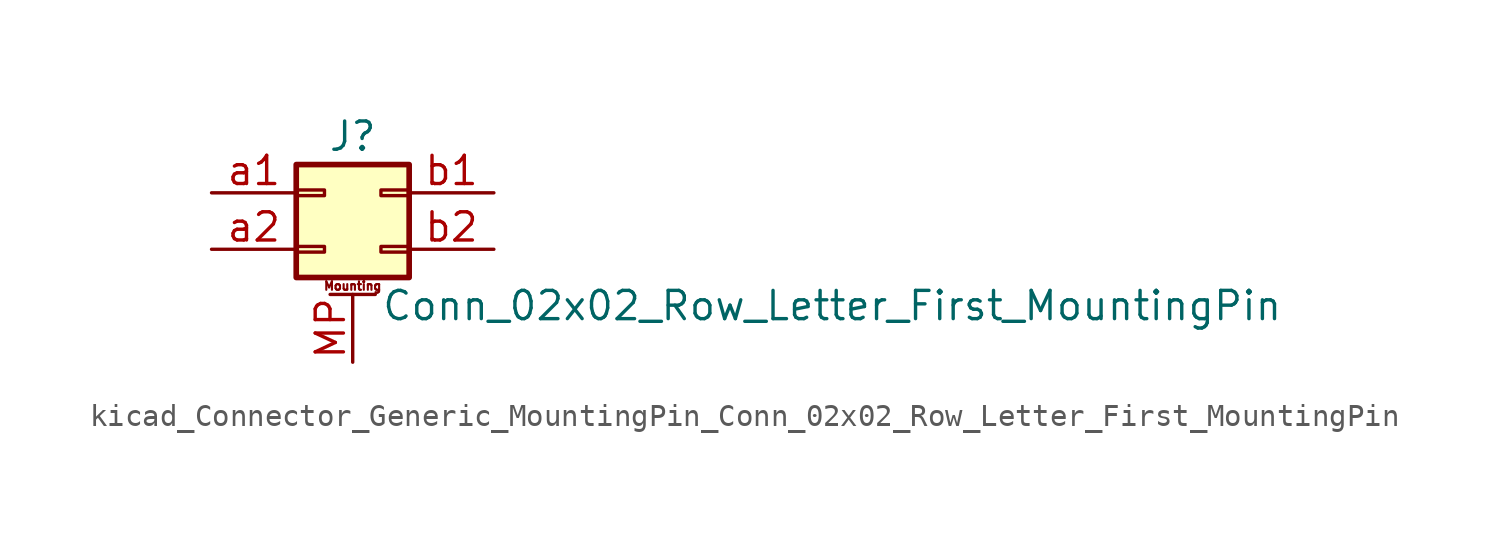
<source format=kicad_sym>
(kicad_symbol_lib
  (version 20220914)
  (generator kicad_symbol_editor)
  (symbol "kicad_Connector_Generic_MountingPin_Conn_02x02_Row_Letter_First_MountingPin"
    (pin_names
      (offset 1.016) hide)
    (property "Reference" "J"
      (at 1.27 2.54 0)
      (effects (font (size 1.27 1.27))))
    (property "Value" "Conn_02x02_Row_Letter_First_MountingPin"
      (at 2.54 -5.08 0)
      (effects (font (size 1.27 1.27)) (justify left)))
    (symbol "kicad_Connector_Generic_MountingPin_Conn_02x02_Row_Letter_First_MountingPin_1_1"
      (rectangle (start -1.27 -2.413) (end 0 -2.667) (stroke (width 0.152) (type default)) (fill (type none)))
      (rectangle (start -1.27 0.127) (end 0 -0.127) (stroke (width 0.152) (type default)) (fill (type none)))
      (rectangle (start -1.27 1.27) (end 3.81 -3.81) (stroke (width 0.254) (type default)) (fill (type background)))
      (polyline (pts (xy 0.254 -4.572) (xy 2.286 -4.572)) (stroke (width 0.152) (type default)) (fill (type none)))
      (rectangle (start 3.81 -2.413) (end 2.54 -2.667) (stroke (width 0.152) (type default)) (fill (type none)))
      (rectangle (start 3.81 0.127) (end 2.54 -0.127) (stroke (width 0.152) (type default)) (fill (type none)))
      (text "Mounting" (at 1.27 -4.191 0) (effects (font (size 0.381 0.381))))
      (pin passive line (at 1.27 -7.62 90) (length 3.048) (name "MountPin" (effects (font (size 1.27 1.27)))) (number "MP" (effects (font (size 1.27 1.27)))))
      (pin passive line (at -5.08 0 0) (length 3.81) (name "Pin_a1" (effects (font (size 1.27 1.27)))) (number "a1" (effects (font (size 1.27 1.27)))))
      (pin passive line (at -5.08 -2.54 0) (length 3.81) (name "Pin_a2" (effects (font (size 1.27 1.27)))) (number "a2" (effects (font (size 1.27 1.27)))))
      (pin passive line (at 7.62 0 180) (length 3.81) (name "Pin_b1" (effects (font (size 1.27 1.27)))) (number "b1" (effects (font (size 1.27 1.27)))))
      (pin passive line (at 7.62 -2.54 180) (length 3.81) (name "Pin_b2" (effects (font (size 1.27 1.27)))) (number "b2" (effects (font (size 1.27 1.27))))))))
</source>
